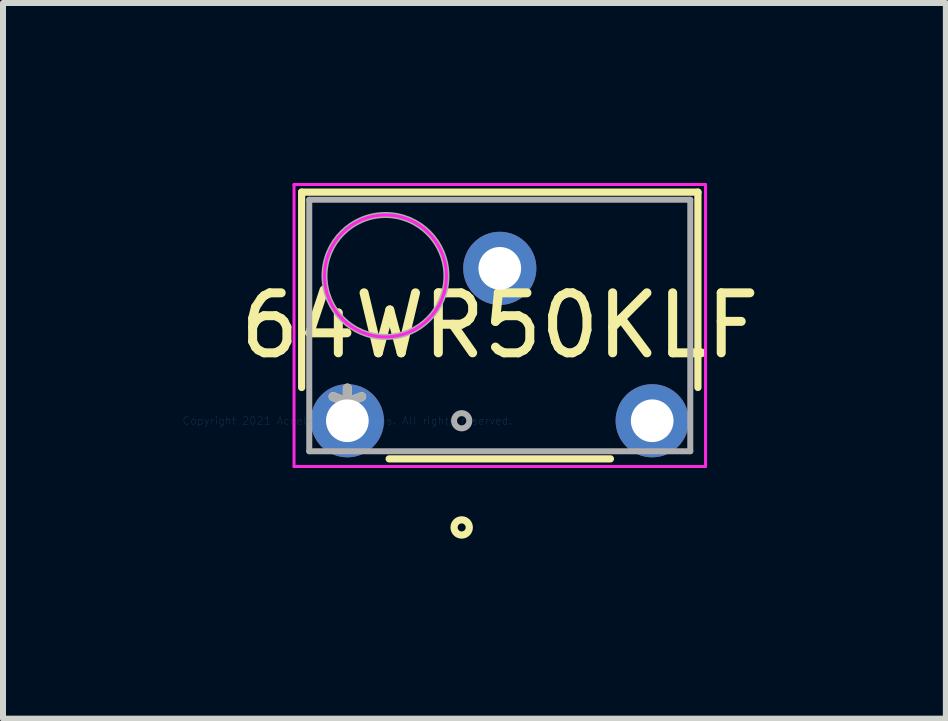
<source format=kicad_pcb>
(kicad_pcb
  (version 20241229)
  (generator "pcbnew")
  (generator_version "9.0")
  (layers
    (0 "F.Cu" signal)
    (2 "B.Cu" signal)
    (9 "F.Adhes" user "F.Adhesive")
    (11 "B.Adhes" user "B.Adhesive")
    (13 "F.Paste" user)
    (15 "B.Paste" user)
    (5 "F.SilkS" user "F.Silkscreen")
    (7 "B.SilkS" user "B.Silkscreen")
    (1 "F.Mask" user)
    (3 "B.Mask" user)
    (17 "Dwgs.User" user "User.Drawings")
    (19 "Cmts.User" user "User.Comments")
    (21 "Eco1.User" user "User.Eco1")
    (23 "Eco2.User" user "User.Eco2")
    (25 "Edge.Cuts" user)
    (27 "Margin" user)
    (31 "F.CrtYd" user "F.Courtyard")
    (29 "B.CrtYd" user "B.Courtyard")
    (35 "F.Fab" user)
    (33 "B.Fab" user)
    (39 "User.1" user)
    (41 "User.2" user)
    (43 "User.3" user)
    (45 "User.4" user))
  (footprint "64WR50KLF"
    (layer "F.Cu")
    (at 2.739 3.962)
    (property "Reference" "64WR50KLF" (at 2.54 -1.587 0) (layer "F.SilkS") (effects (font (size 1 1) (thickness 0.15))))
    (attr through_hole)
    (fp_line (start -0.762 -3.81) (end -0.762 -0.554) (stroke (width 0.12) (type solid)) (layer "F.SilkS"))
    (fp_line (start 0.696 0.635) (end 4.384 0.635) (stroke (width 0.12) (type solid)) (layer "F.SilkS"))
    (fp_line (start 5.842 -3.81) (end -0.762 -3.81) (stroke (width 0.12) (type solid)) (layer "F.SilkS"))
    (fp_line (start 5.842 -0.554) (end 5.842 -3.81) (stroke (width 0.12) (type solid)) (layer "F.SilkS"))
    (fp_circle (center 1.905 1.778) (end 2.032 1.778) (stroke (width 0.12) (type solid)) (fill no) (layer "F.SilkS"))
    (fp_line (start -0.889 -3.937) (end 5.969 -3.937) (stroke (width 0.05) (type solid)) (layer "F.CrtYd"))
    (fp_line (start -0.889 0.762) (end -0.889 -3.937) (stroke (width 0.05) (type solid)) (layer "F.CrtYd"))
    (fp_line (start 5.969 -3.937) (end 5.969 0.762) (stroke (width 0.05) (type solid)) (layer "F.CrtYd"))
    (fp_line (start 5.969 0.762) (end -0.889 0.762) (stroke (width 0.05) (type solid)) (layer "F.CrtYd"))
    (fp_circle (center 0.635 -2.413) (end 1.651 -2.413) (stroke (width 0.05) (type solid)) (fill no) (layer "F.CrtYd"))
    (fp_line (start -0.635 -3.683) (end -0.635 0.508) (stroke (width 0.1) (type solid)) (layer "F.Fab"))
    (fp_line (start -0.635 0.508) (end 5.715 0.508) (stroke (width 0.1) (type solid)) (layer "F.Fab"))
    (fp_line (start 5.715 -3.683) (end -0.635 -3.683) (stroke (width 0.1) (type solid)) (layer "F.Fab"))
    (fp_line (start 5.715 0.508) (end 5.715 -3.683) (stroke (width 0.1) (type solid)) (layer "F.Fab"))
    (fp_circle (center 0.635 -2.413) (end 1.651 -2.413) (stroke (width 0.1) (type solid)) (fill no) (layer "F.Fab"))
    (fp_circle (center 1.905 0) (end 2.032 0) (stroke (width 0.1) (type solid)) (fill no) (layer "F.Fab"))
    (fp_text user "*" (at 0 0 0) (layer "F.SilkS") (effects (font (size 1 1) (thickness 0.15))))
    (fp_text user "Copyright 2021 Accelerated Designs. All rights reserved." (at 0 0 0) (layer "Cmts.User") (effects (font (size 0.127 0.127) (thickness 0.002))))
    (fp_text user "*" (at 0 0 0) (layer "F.Fab") (effects (font (size 1 1) (thickness 0.15))))
    (pad "1" thru_hole circle (at 0 0) (size 1.219 1.219) (drill 0.711) (layers "*.Cu" "*.Mask"))
    (pad "2" thru_hole circle (at 2.54 -2.54) (size 1.219 1.219) (drill 0.711) (layers "*.Cu" "*.Mask"))
    (pad "3" thru_hole circle (at 5.08 0) (size 1.219 1.219) (drill 0.711) (layers "*.Cu" "*.Mask")))
  (gr_rect
    (start -3 -3)
    (end 12.713 8.927)
    (stroke (width 0.1) (type default))
    (fill no)
    (layer "Edge.Cuts")))
</source>
